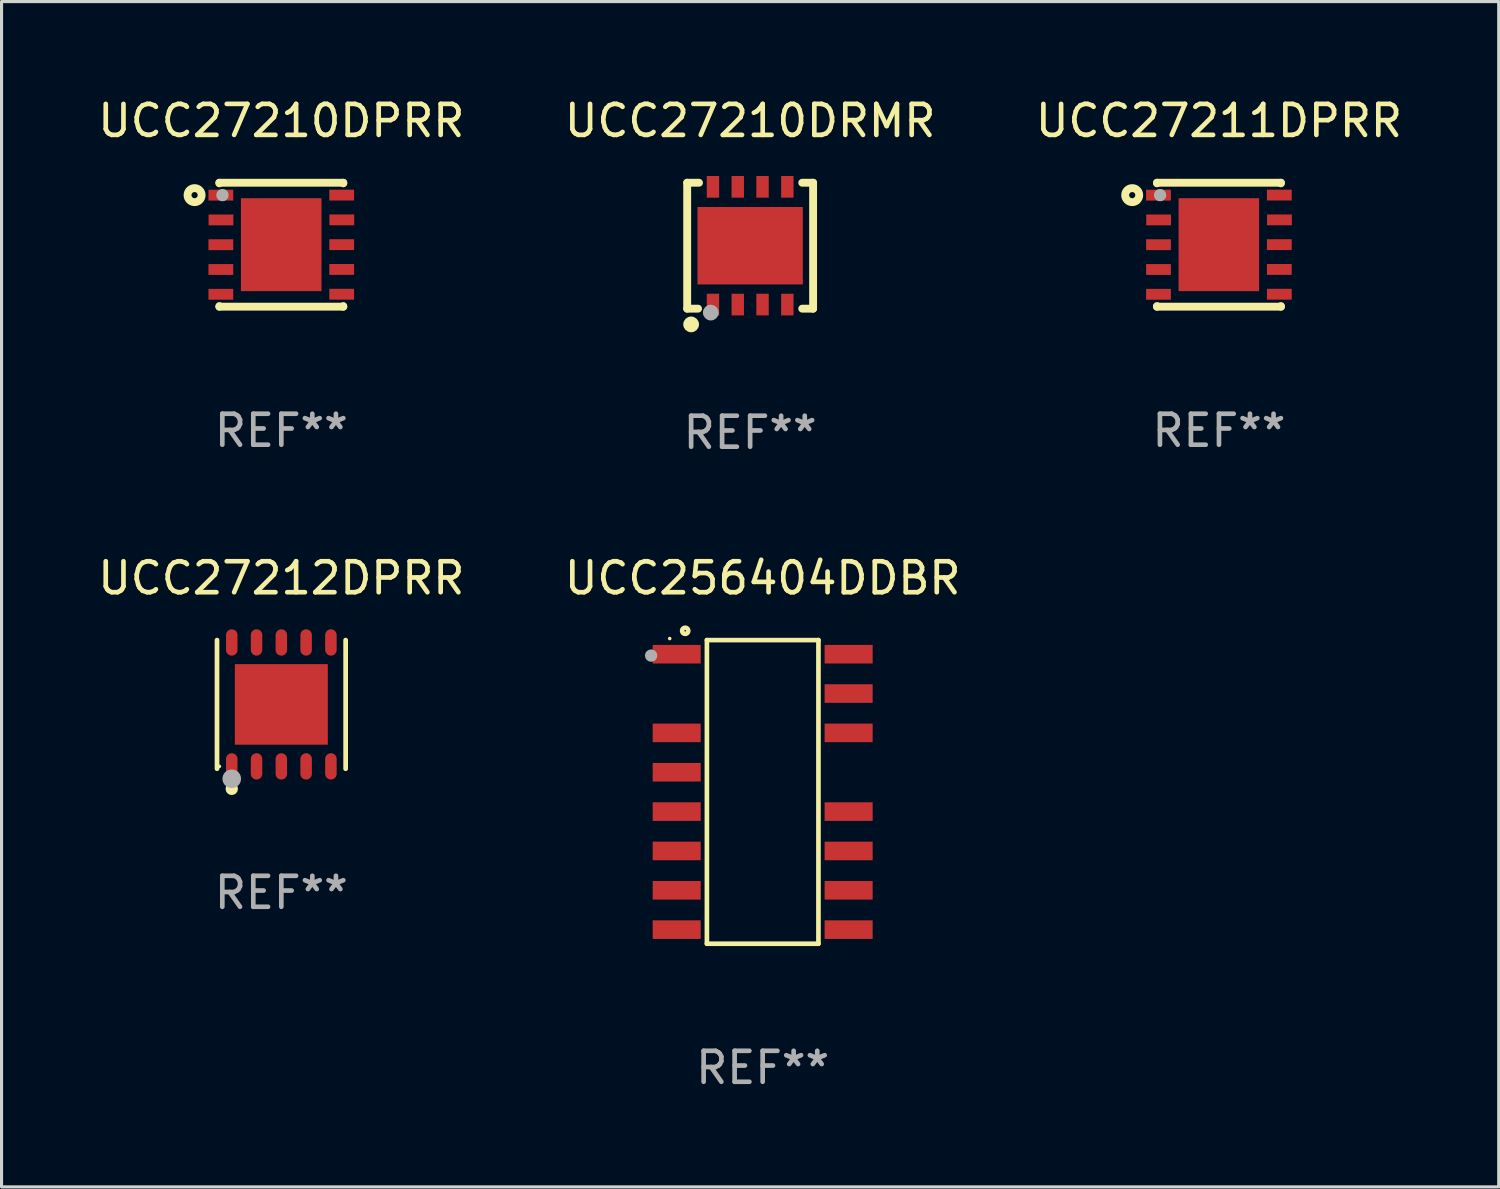
<source format=kicad_pcb>
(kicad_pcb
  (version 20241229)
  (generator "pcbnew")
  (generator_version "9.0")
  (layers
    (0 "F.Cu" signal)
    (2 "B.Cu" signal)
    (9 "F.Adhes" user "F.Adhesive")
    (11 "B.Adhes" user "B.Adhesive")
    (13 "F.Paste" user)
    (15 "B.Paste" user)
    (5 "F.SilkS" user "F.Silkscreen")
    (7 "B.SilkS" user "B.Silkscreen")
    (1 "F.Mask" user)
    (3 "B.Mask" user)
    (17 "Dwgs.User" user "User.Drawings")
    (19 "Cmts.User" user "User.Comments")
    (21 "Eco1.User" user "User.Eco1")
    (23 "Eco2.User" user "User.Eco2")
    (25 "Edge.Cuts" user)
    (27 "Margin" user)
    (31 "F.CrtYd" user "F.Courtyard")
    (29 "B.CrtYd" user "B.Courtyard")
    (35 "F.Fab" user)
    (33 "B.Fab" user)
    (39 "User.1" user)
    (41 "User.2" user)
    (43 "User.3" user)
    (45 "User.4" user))
  (footprint "UCC27210DPRR"
    (layer "F.Cu")
    (at 6.03 4.848)
    (property "Reference" "UCC27210DPRR" (at 0 -4 0) (layer "F.SilkS") (effects (font (size 1 1) (thickness 0.15))))
    (attr through_hole)
    (fp_line (start -2 -2) (end -2 -1.981) (stroke (width 0.254) (type solid)) (layer "F.SilkS"))
    (fp_line (start -2 -2) (end 2 -2) (stroke (width 0.254) (type solid)) (layer "F.SilkS"))
    (fp_line (start -2 1.981) (end -2 2) (stroke (width 0.254) (type solid)) (layer "F.SilkS"))
    (fp_line (start -2 2) (end 2 2) (stroke (width 0.254) (type solid)) (layer "F.SilkS"))
    (fp_line (start 2 -2) (end 2 -1.981) (stroke (width 0.254) (type solid)) (layer "F.SilkS"))
    (fp_line (start 2 1.981) (end 2 2) (stroke (width 0.254) (type solid)) (layer "F.SilkS"))
    (fp_circle (center -2.8 -1.6) (end -2.7 -1.6) (stroke (width 0.254) (type solid)) (fill no) (layer "F.SilkS"))
    (fp_circle (center -2 -2) (end -1.97 -2) (stroke (width 0.06) (type solid)) (fill no) (layer "F.SilkS"))
    (fp_circle (center -1.9 -1.601) (end -1.8 -1.601) (stroke (width 0.2) (type solid)) (fill no) (layer "F.Fab"))
    (fp_text user "REF**" (at 0 6 0) (layer "F.Fab") (effects (font (size 1 1) (thickness 0.15))))
    (pad "1" smd rect (at -1.952 -1.6) (size 0.8 0.35) (layers "F.Cu" "F.Mask" "F.Paste"))
    (pad "2" smd rect (at -1.948 -0.8) (size 0.8 0.35) (layers "F.Cu" "F.Mask" "F.Paste"))
    (pad "3" smd rect (at -1.952 0.000051) (size 0.8 0.35) (layers "F.Cu" "F.Mask" "F.Paste"))
    (pad "4" smd rect (at -1.952 0.8) (size 0.8 0.35) (layers "F.Cu" "F.Mask" "F.Paste"))
    (pad "5" smd rect (at -1.952 1.6) (size 0.8 0.35) (layers "F.Cu" "F.Mask" "F.Paste"))
    (pad "6" smd rect (at 1.948 1.598) (size 0.8 0.35) (layers "F.Cu" "F.Mask" "F.Paste"))
    (pad "7" smd rect (at 1.948 0.798) (size 0.8 0.35) (layers "F.Cu" "F.Mask" "F.Paste"))
    (pad "8" smd rect (at 1.948 -0.002) (size 0.8 0.35) (layers "F.Cu" "F.Mask" "F.Paste"))
    (pad "9" smd rect (at 1.952 -0.802) (size 0.8 0.35) (layers "F.Cu" "F.Mask" "F.Paste"))
    (pad "10" smd rect (at 1.948 -1.602) (size 0.8 0.35) (layers "F.Cu" "F.Mask" "F.Paste"))
    (pad "11" smd rect (at -0.004 -0.001) (size 2.6 3) (layers "F.Cu" "F.Mask" "F.Paste")))
  (footprint "UCC27212DPRR"
    (layer "F.Cu")
    (at 6.03 19.685)
    (property "Reference" "UCC27212DPRR" (at 0 -4.076 0) (layer "F.SilkS") (effects (font (size 1 1) (thickness 0.15))))
    (attr through_hole)
    (fp_line (start -2.076 2.076) (end -2.076 -2.076) (stroke (width 0.152) (type solid)) (layer "F.SilkS"))
    (fp_line (start 2.076 -2.076) (end 2.076 2.076) (stroke (width 0.152) (type solid)) (layer "F.SilkS"))
    (fp_circle (center -2 2) (end -1.97 2) (stroke (width 0.06) (type solid)) (fill no) (layer "F.SilkS"))
    (fp_circle (center -1.6 2.725) (end -1.5 2.725) (stroke (width 0.2) (type solid)) (fill no) (layer "F.SilkS"))
    (fp_circle (center -1.6 2.4) (end -1.45 2.4) (stroke (width 0.3) (type solid)) (fill no) (layer "F.Fab"))
    (fp_text user "REF**" (at 0 6.076 0) (layer "F.Fab") (effects (font (size 1 1) (thickness 0.15))))
    (pad "1" smd oval (at -1.6 2) (size 0.371 0.85) (layers "F.Cu" "F.Mask" "F.Paste"))
    (pad "2" smd oval (at -0.8 2) (size 0.371 0.85) (layers "F.Cu" "F.Mask" "F.Paste"))
    (pad "3" smd oval (at 0 2) (size 0.371 0.85) (layers "F.Cu" "F.Mask" "F.Paste"))
    (pad "4" smd oval (at 0.8 2) (size 0.371 0.85) (layers "F.Cu" "F.Mask" "F.Paste"))
    (pad "5" smd oval (at 1.6 2) (size 0.371 0.85) (layers "F.Cu" "F.Mask" "F.Paste"))
    (pad "6" smd oval (at 1.6 -2) (size 0.371 0.85) (layers "F.Cu" "F.Mask" "F.Paste"))
    (pad "7" smd oval (at 0.8 -2) (size 0.371 0.85) (layers "F.Cu" "F.Mask" "F.Paste"))
    (pad "8" smd oval (at 0 -2) (size 0.371 0.85) (layers "F.Cu" "F.Mask" "F.Paste"))
    (pad "9" smd oval (at -0.8 -2) (size 0.371 0.85) (layers "F.Cu" "F.Mask" "F.Paste"))
    (pad "10" smd oval (at -1.6 -2) (size 0.371 0.85) (layers "F.Cu" "F.Mask" "F.Paste"))
    (pad "11" smd rect (at 0 0) (size 3 2.6) (layers "F.Cu" "F.Mask" "F.Paste")))
  (footprint "UCC27211DPRR"
    (layer "F.Cu")
    (at 36.292 4.848)
    (property "Reference" "UCC27211DPRR" (at 0 -4 0) (layer "F.SilkS") (effects (font (size 1 1) (thickness 0.15))))
    (attr through_hole)
    (fp_line (start -2 -2) (end -2 -1.981) (stroke (width 0.254) (type solid)) (layer "F.SilkS"))
    (fp_line (start -2 -2) (end 2 -2) (stroke (width 0.254) (type solid)) (layer "F.SilkS"))
    (fp_line (start -2 1.981) (end -2 2) (stroke (width 0.254) (type solid)) (layer "F.SilkS"))
    (fp_line (start -2 2) (end 2 2) (stroke (width 0.254) (type solid)) (layer "F.SilkS"))
    (fp_line (start 2 -2) (end 2 -1.981) (stroke (width 0.254) (type solid)) (layer "F.SilkS"))
    (fp_line (start 2 1.981) (end 2 2) (stroke (width 0.254) (type solid)) (layer "F.SilkS"))
    (fp_circle (center -2.8 -1.6) (end -2.7 -1.6) (stroke (width 0.254) (type solid)) (fill no) (layer "F.SilkS"))
    (fp_circle (center -2 -2) (end -1.97 -2) (stroke (width 0.06) (type solid)) (fill no) (layer "F.SilkS"))
    (fp_circle (center -1.9 -1.601) (end -1.8 -1.601) (stroke (width 0.2) (type solid)) (fill no) (layer "F.Fab"))
    (fp_text user "REF**" (at 0 6 0) (layer "F.Fab") (effects (font (size 1 1) (thickness 0.15))))
    (pad "1" smd rect (at -1.952 -1.6) (size 0.8 0.35) (layers "F.Cu" "F.Mask" "F.Paste"))
    (pad "2" smd rect (at -1.948 -0.8) (size 0.8 0.35) (layers "F.Cu" "F.Mask" "F.Paste"))
    (pad "3" smd rect (at -1.952 0.000051) (size 0.8 0.35) (layers "F.Cu" "F.Mask" "F.Paste"))
    (pad "4" smd rect (at -1.952 0.8) (size 0.8 0.35) (layers "F.Cu" "F.Mask" "F.Paste"))
    (pad "5" smd rect (at -1.952 1.6) (size 0.8 0.35) (layers "F.Cu" "F.Mask" "F.Paste"))
    (pad "6" smd rect (at 1.948 1.598) (size 0.8 0.35) (layers "F.Cu" "F.Mask" "F.Paste"))
    (pad "7" smd rect (at 1.948 0.798) (size 0.8 0.35) (layers "F.Cu" "F.Mask" "F.Paste"))
    (pad "8" smd rect (at 1.948 -0.002) (size 0.8 0.35) (layers "F.Cu" "F.Mask" "F.Paste"))
    (pad "9" smd rect (at 1.952 -0.802) (size 0.8 0.35) (layers "F.Cu" "F.Mask" "F.Paste"))
    (pad "10" smd rect (at 1.948 -1.602) (size 0.8 0.35) (layers "F.Cu" "F.Mask" "F.Paste"))
    (pad "11" smd rect (at -0.004 -0.001) (size 2.6 3) (layers "F.Cu" "F.Mask" "F.Paste")))
  (footprint "UCC27210DRMR"
    (layer "F.Cu")
    (at 21.161 4.88)
    (property "Reference" "UCC27210DRMR" (at 0 -4.032 0) (layer "F.SilkS") (effects (font (size 1 1) (thickness 0.15))))
    (attr through_hole)
    (fp_line (start -2.032 -2.032) (end -2.032 2.032) (stroke (width 0.254) (type solid)) (layer "F.SilkS"))
    (fp_line (start -2.032 2.032) (end -1.681 2.032) (stroke (width 0.254) (type solid)) (layer "F.SilkS"))
    (fp_line (start -1.651 -2.032) (end -2.032 -2.032) (stroke (width 0.254) (type solid)) (layer "F.SilkS"))
    (fp_line (start 1.681 2.032) (end 2.032 2.032) (stroke (width 0.254) (type solid)) (layer "F.SilkS"))
    (fp_line (start 2.032 -2.032) (end 1.681 -2.032) (stroke (width 0.254) (type solid)) (layer "F.SilkS"))
    (fp_line (start 2.032 2.032) (end 2.032 -2.032) (stroke (width 0.254) (type solid)) (layer "F.SilkS"))
    (fp_circle (center -2 2) (end -1.97 2) (stroke (width 0.06) (type solid)) (fill no) (layer "F.SilkS"))
    (fp_circle (center -1.905 2.54) (end -1.778 2.54) (stroke (width 0.254) (type solid)) (fill no) (layer "F.SilkS"))
    (fp_circle (center -1.27 2.159) (end -1.143 2.159) (stroke (width 0.254) (type solid)) (fill no) (layer "F.Fab"))
    (fp_text user "REF**" (at 0 6.032 0) (layer "F.Fab") (effects (font (size 1 1) (thickness 0.15))))
    (pad "1" smd rect (at -1.2 1.9 90) (size 0.7 0.4) (layers "F.Cu" "F.Mask" "F.Paste"))
    (pad "2" smd rect (at -0.4 1.9 90) (size 0.7 0.4) (layers "F.Cu" "F.Mask" "F.Paste"))
    (pad "3" smd rect (at 0.4 1.9 90) (size 0.7 0.4) (layers "F.Cu" "F.Mask" "F.Paste"))
    (pad "4" smd rect (at 1.2 1.9 90) (size 0.7 0.4) (layers "F.Cu" "F.Mask" "F.Paste"))
    (pad "5" smd rect (at 1.2 -1.9 90) (size 0.7 0.4) (layers "F.Cu" "F.Mask" "F.Paste"))
    (pad "6" smd rect (at 0.4 -1.9 90) (size 0.7 0.4) (layers "F.Cu" "F.Mask" "F.Paste"))
    (pad "7" smd rect (at -0.4 -1.9 90) (size 0.7 0.4) (layers "F.Cu" "F.Mask" "F.Paste"))
    (pad "8" smd rect (at -1.2 -1.9 90) (size 0.7 0.4) (layers "F.Cu" "F.Mask" "F.Paste"))
    (pad "9" smd rect (at 0.000051 0 90) (size 2.5 3.4) (layers "F.Cu" "F.Mask" "F.Paste")))
  (footprint "UCC256404DDBR"
    (layer "F.Cu")
    (at 21.565 22.509)
    (property "Reference" "UCC256404DDBR" (at 0 -6.9 0) (layer "F.SilkS") (effects (font (size 1 1) (thickness 0.15))))
    (attr through_hole)
    (fp_line (start -1.8 -4.9) (end 1.8 -4.9) (stroke (width 0.15) (type solid)) (layer "F.SilkS"))
    (fp_line (start -1.8 4.9) (end -1.8 -4.9) (stroke (width 0.15) (type solid)) (layer "F.SilkS"))
    (fp_line (start 1.8 -4.9) (end 1.8 4.9) (stroke (width 0.15) (type solid)) (layer "F.SilkS"))
    (fp_line (start 1.8 4.9) (end -1.8 4.9) (stroke (width 0.15) (type solid)) (layer "F.SilkS"))
    (fp_circle (center -3 -4.95) (end -2.97 -4.95) (stroke (width 0.06) (type solid)) (fill no) (layer "F.SilkS"))
    (fp_circle (center -2.5 -5.2) (end -2.4 -5.2) (stroke (width 0.15) (type solid)) (fill no) (layer "F.SilkS"))
    (fp_circle (center -3.6 -4.4) (end -3.5 -4.4) (stroke (width 0.2) (type solid)) (fill no) (layer "F.Fab"))
    (fp_text user "REF**" (at 0 8.9 0) (layer "F.Fab") (effects (font (size 1 1) (thickness 0.15))))
    (pad "1" smd rect (at -2.775 -4.445) (size 1.55 0.6) (layers "F.Cu" "F.Mask" "F.Paste"))
    (pad "3" smd rect (at -2.775 -1.905) (size 1.55 0.6) (layers "F.Cu" "F.Mask" "F.Paste"))
    (pad "4" smd rect (at -2.775 -0.635) (size 1.55 0.6) (layers "F.Cu" "F.Mask" "F.Paste"))
    (pad "5" smd rect (at -2.775 0.635) (size 1.55 0.6) (layers "F.Cu" "F.Mask" "F.Paste"))
    (pad "6" smd rect (at -2.775 1.905) (size 1.55 0.6) (layers "F.Cu" "F.Mask" "F.Paste"))
    (pad "7" smd rect (at -2.775 3.175) (size 1.55 0.6) (layers "F.Cu" "F.Mask" "F.Paste"))
    (pad "8" smd rect (at -2.775 4.445) (size 1.55 0.6) (layers "F.Cu" "F.Mask" "F.Paste"))
    (pad "9" smd rect (at 2.775 4.445) (size 1.55 0.6) (layers "F.Cu" "F.Mask" "F.Paste"))
    (pad "10" smd rect (at 2.775 3.175) (size 1.55 0.6) (layers "F.Cu" "F.Mask" "F.Paste"))
    (pad "11" smd rect (at 2.775 1.905) (size 1.55 0.6) (layers "F.Cu" "F.Mask" "F.Paste"))
    (pad "12" smd rect (at 2.775 0.635) (size 1.55 0.6) (layers "F.Cu" "F.Mask" "F.Paste"))
    (pad "14" smd rect (at 2.775 -1.905) (size 1.55 0.6) (layers "F.Cu" "F.Mask" "F.Paste"))
    (pad "15" smd rect (at 2.775 -3.175) (size 1.55 0.6) (layers "F.Cu" "F.Mask" "F.Paste"))
    (pad "16" smd rect (at 2.775 -4.445) (size 1.55 0.6) (layers "F.Cu" "F.Mask" "F.Paste")))
  (gr_rect
    (start -3 -3)
    (end 45.321 35.257)
    (stroke (width 0.1) (type default))
    (fill no)
    (layer "Edge.Cuts")))
</source>
